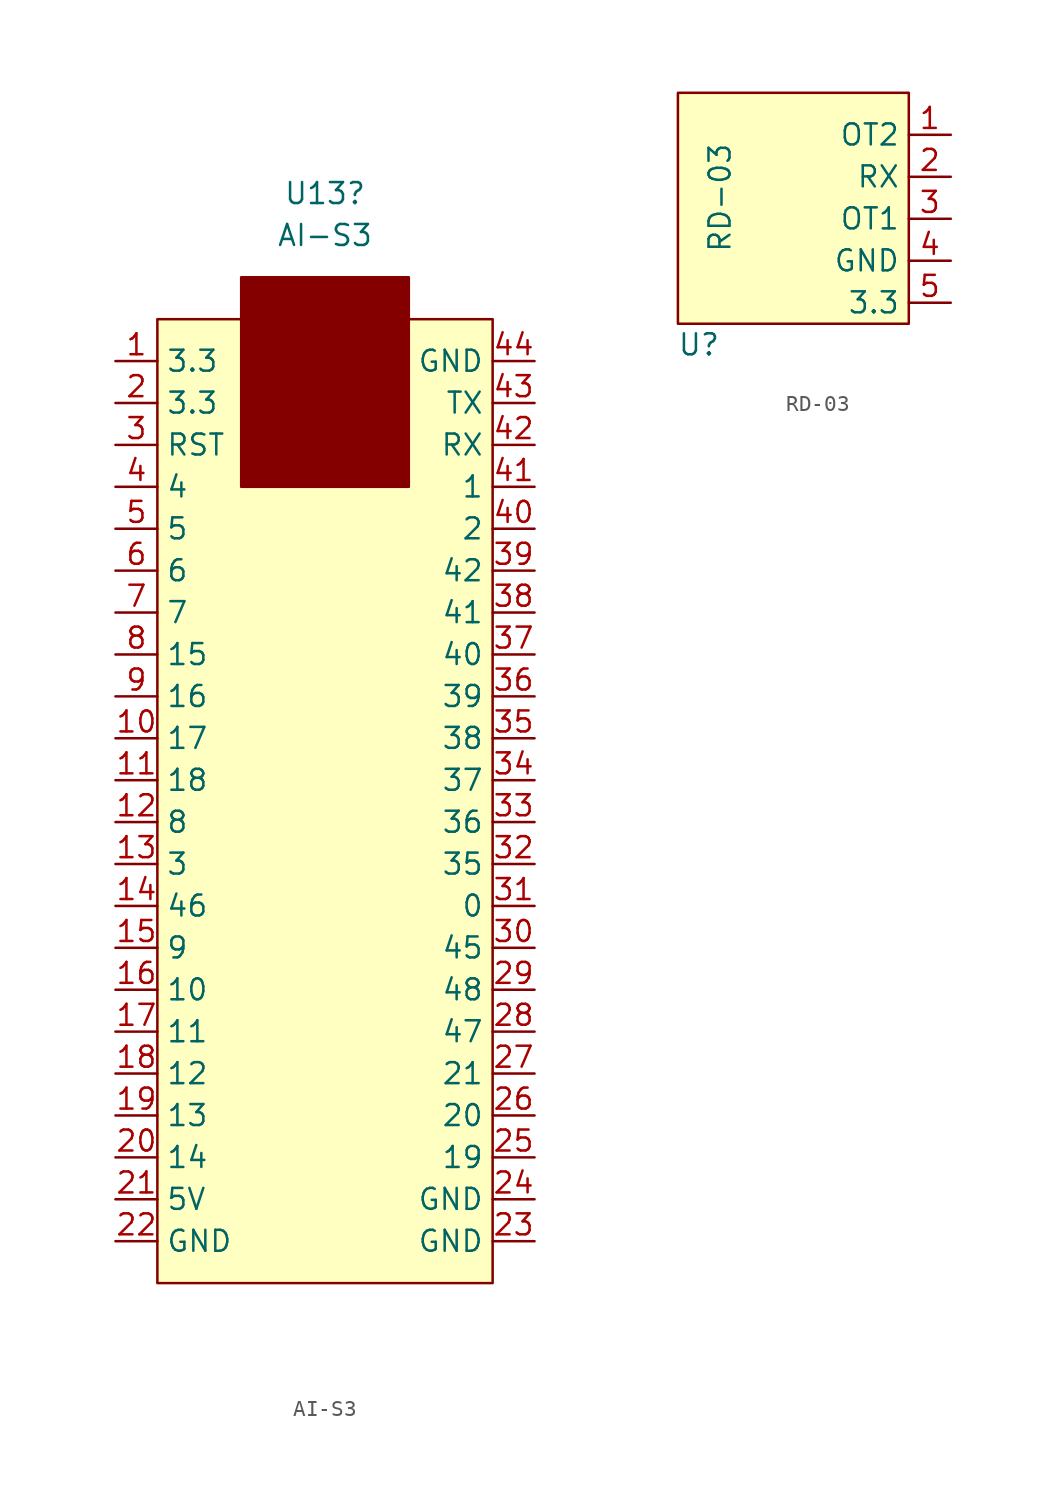
<source format=kicad_sym>
(kicad_symbol_lib
  (version 20211014)
  (generator kicad_symbol_editor)
  (symbol "AI-S3"
    (property "Reference" "U13"
      (at 10.16 68.58 0)
      (effects (font (size 1.27 1.27))))
    (property "Value" "AI-S3"
      (at 10.16 66.04 0)
      (effects (font (size 1.27 1.27))))
    (symbol "AI-S3_0_1"
      (rectangle (start 0 60.96) (end 20.32 2.54) (stroke (width 0) (type default) (color 0 0 0 0)) (fill (type background)))
      (rectangle (start 5.08 60.96) (end 15.24 50.8) (stroke (width 0) (type default) (color 0 0 0 0)) (fill (type outline)))
      (rectangle (start 5.08 60.96) (end 15.24 63.5) (stroke (width 0) (type default) (color 0 0 0 0)) (fill (type outline))))
    (symbol "AI-S3_1_1"
      (pin power_in line (at -2.54 58.42 0) (length 2.54) (name "3.3" (effects (font (size 1.27 1.27)))) (number "1" (effects (font (size 1.27 1.27)))))
      (pin bidirectional line (at -2.54 35.56 0) (length 2.54) (name "17" (effects (font (size 1.27 1.27)))) (number "10" (effects (font (size 1.27 1.27)))))
      (pin bidirectional line (at -2.54 33.02 0) (length 2.54) (name "18" (effects (font (size 1.27 1.27)))) (number "11" (effects (font (size 1.27 1.27)))))
      (pin bidirectional line (at -2.54 30.48 0) (length 2.54) (name "8" (effects (font (size 1.27 1.27)))) (number "12" (effects (font (size 1.27 1.27)))))
      (pin bidirectional line (at -2.54 27.94 0) (length 2.54) (name "3" (effects (font (size 1.27 1.27)))) (number "13" (effects (font (size 1.27 1.27)))))
      (pin bidirectional line (at -2.54 25.4 0) (length 2.54) (name "46" (effects (font (size 1.27 1.27)))) (number "14" (effects (font (size 1.27 1.27)))))
      (pin bidirectional line (at -2.54 22.86 0) (length 2.54) (name "9" (effects (font (size 1.27 1.27)))) (number "15" (effects (font (size 1.27 1.27)))))
      (pin bidirectional line (at -2.54 20.32 0) (length 2.54) (name "10" (effects (font (size 1.27 1.27)))) (number "16" (effects (font (size 1.27 1.27)))))
      (pin bidirectional line (at -2.54 17.78 0) (length 2.54) (name "11" (effects (font (size 1.27 1.27)))) (number "17" (effects (font (size 1.27 1.27)))))
      (pin bidirectional line (at -2.54 15.24 0) (length 2.54) (name "12" (effects (font (size 1.27 1.27)))) (number "18" (effects (font (size 1.27 1.27)))))
      (pin bidirectional line (at -2.54 12.7 0) (length 2.54) (name "13" (effects (font (size 1.27 1.27)))) (number "19" (effects (font (size 1.27 1.27)))))
      (pin power_in line (at -2.54 55.88 0) (length 2.54) (name "3.3" (effects (font (size 1.27 1.27)))) (number "2" (effects (font (size 1.27 1.27)))))
      (pin bidirectional line (at -2.54 10.16 0) (length 2.54) (name "14" (effects (font (size 1.27 1.27)))) (number "20" (effects (font (size 1.27 1.27)))))
      (pin power_in line (at -2.54 7.62 0) (length 2.54) (name "5V" (effects (font (size 1.27 1.27)))) (number "21" (effects (font (size 1.27 1.27)))))
      (pin power_in line (at -2.54 5.08 0) (length 2.54) (name "GND" (effects (font (size 1.27 1.27)))) (number "22" (effects (font (size 1.27 1.27)))))
      (pin power_in line (at 22.86 5.08 180) (length 2.54) (name "GND" (effects (font (size 1.27 1.27)))) (number "23" (effects (font (size 1.27 1.27)))))
      (pin power_in line (at 22.86 7.62 180) (length 2.54) (name "GND" (effects (font (size 1.27 1.27)))) (number "24" (effects (font (size 1.27 1.27)))))
      (pin bidirectional line (at 22.86 10.16 180) (length 2.54) (name "19" (effects (font (size 1.27 1.27)))) (number "25" (effects (font (size 1.27 1.27)))))
      (pin bidirectional line (at 22.86 12.7 180) (length 2.54) (name "20" (effects (font (size 1.27 1.27)))) (number "26" (effects (font (size 1.27 1.27)))))
      (pin bidirectional line (at 22.86 15.24 180) (length 2.54) (name "21" (effects (font (size 1.27 1.27)))) (number "27" (effects (font (size 1.27 1.27)))))
      (pin bidirectional line (at 22.86 17.78 180) (length 2.54) (name "47" (effects (font (size 1.27 1.27)))) (number "28" (effects (font (size 1.27 1.27)))))
      (pin bidirectional line (at 22.86 20.32 180) (length 2.54) (name "48" (effects (font (size 1.27 1.27)))) (number "29" (effects (font (size 1.27 1.27)))))
      (pin bidirectional line (at -2.54 53.34 0) (length 2.54) (name "RST" (effects (font (size 1.27 1.27)))) (number "3" (effects (font (size 1.27 1.27)))))
      (pin bidirectional line (at 22.86 22.86 180) (length 2.54) (name "45" (effects (font (size 1.27 1.27)))) (number "30" (effects (font (size 1.27 1.27)))))
      (pin bidirectional line (at 22.86 25.4 180) (length 2.54) (name "0" (effects (font (size 1.27 1.27)))) (number "31" (effects (font (size 1.27 1.27)))))
      (pin bidirectional line (at 22.86 27.94 180) (length 2.54) (name "35" (effects (font (size 1.27 1.27)))) (number "32" (effects (font (size 1.27 1.27)))))
      (pin bidirectional line (at 22.86 30.48 180) (length 2.54) (name "36" (effects (font (size 1.27 1.27)))) (number "33" (effects (font (size 1.27 1.27)))))
      (pin bidirectional line (at 22.86 33.02 180) (length 2.54) (name "37" (effects (font (size 1.27 1.27)))) (number "34" (effects (font (size 1.27 1.27)))))
      (pin bidirectional line (at 22.86 35.56 180) (length 2.54) (name "38" (effects (font (size 1.27 1.27)))) (number "35" (effects (font (size 1.27 1.27)))))
      (pin bidirectional line (at 22.86 38.1 180) (length 2.54) (name "39" (effects (font (size 1.27 1.27)))) (number "36" (effects (font (size 1.27 1.27)))))
      (pin bidirectional line (at 22.86 40.64 180) (length 2.54) (name "40" (effects (font (size 1.27 1.27)))) (number "37" (effects (font (size 1.27 1.27)))))
      (pin bidirectional line (at 22.86 43.18 180) (length 2.54) (name "41" (effects (font (size 1.27 1.27)))) (number "38" (effects (font (size 1.27 1.27)))))
      (pin bidirectional line (at 22.86 45.72 180) (length 2.54) (name "42" (effects (font (size 1.27 1.27)))) (number "39" (effects (font (size 1.27 1.27)))))
      (pin bidirectional line (at -2.54 50.8 0) (length 2.54) (name "4" (effects (font (size 1.27 1.27)))) (number "4" (effects (font (size 1.27 1.27)))))
      (pin bidirectional line (at 22.86 48.26 180) (length 2.54) (name "2" (effects (font (size 1.27 1.27)))) (number "40" (effects (font (size 1.27 1.27)))))
      (pin bidirectional line (at 22.86 50.8 180) (length 2.54) (name "1" (effects (font (size 1.27 1.27)))) (number "41" (effects (font (size 1.27 1.27)))))
      (pin bidirectional line (at 22.86 53.34 180) (length 2.54) (name "RX" (effects (font (size 1.27 1.27)))) (number "42" (effects (font (size 1.27 1.27)))))
      (pin bidirectional line (at 22.86 55.88 180) (length 2.54) (name "TX" (effects (font (size 1.27 1.27)))) (number "43" (effects (font (size 1.27 1.27)))))
      (pin power_in line (at 22.86 58.42 180) (length 2.54) (name "GND" (effects (font (size 1.27 1.27)))) (number "44" (effects (font (size 1.27 1.27)))))
      (pin bidirectional line (at -2.54 48.26 0) (length 2.54) (name "5" (effects (font (size 1.27 1.27)))) (number "5" (effects (font (size 1.27 1.27)))))
      (pin bidirectional line (at -2.54 45.72 0) (length 2.54) (name "6" (effects (font (size 1.27 1.27)))) (number "6" (effects (font (size 1.27 1.27)))))
      (pin bidirectional line (at -2.54 43.18 0) (length 2.54) (name "7" (effects (font (size 1.27 1.27)))) (number "7" (effects (font (size 1.27 1.27)))))
      (pin bidirectional line (at -2.54 40.64 0) (length 2.54) (name "15" (effects (font (size 1.27 1.27)))) (number "8" (effects (font (size 1.27 1.27)))))
      (pin bidirectional line (at -2.54 38.1 0) (length 2.54) (name "16" (effects (font (size 1.27 1.27)))) (number "9" (effects (font (size 1.27 1.27)))))))
  (symbol "RD-03"
    (property "Reference" "U"
      (at 1.27 -1.27 0)
      (effects (font (size 1.27 1.27))))
    (property "Value" "RD-03"
      (at 2.54 7.62 90)
      (effects (font (size 1.27 1.27))))
    (symbol "RD-03_0_1"
      (rectangle (start 13.97 13.97) (end 0 0) (stroke (width 0) (type default) (color 0 0 0 0)) (fill (type background))))
    (symbol "RD-03_1_1"
      (pin bidirectional line (at 16.51 11.43 180) (length 2.54) (name "OT2" (effects (font (size 1.27 1.27)))) (number "1" (effects (font (size 1.27 1.27)))))
      (pin bidirectional line (at 16.51 8.89 180) (length 2.54) (name "RX" (effects (font (size 1.27 1.27)))) (number "2" (effects (font (size 1.27 1.27)))))
      (pin bidirectional line (at 16.51 6.35 180) (length 2.54) (name "OT1" (effects (font (size 1.27 1.27)))) (number "3" (effects (font (size 1.27 1.27)))))
      (pin power_in line (at 16.51 3.81 180) (length 2.54) (name "GND" (effects (font (size 1.27 1.27)))) (number "4" (effects (font (size 1.27 1.27)))))
      (pin power_in line (at 16.51 1.27 180) (length 2.54) (name "3.3" (effects (font (size 1.27 1.27)))) (number "5" (effects (font (size 1.27 1.27))))))))
</source>
